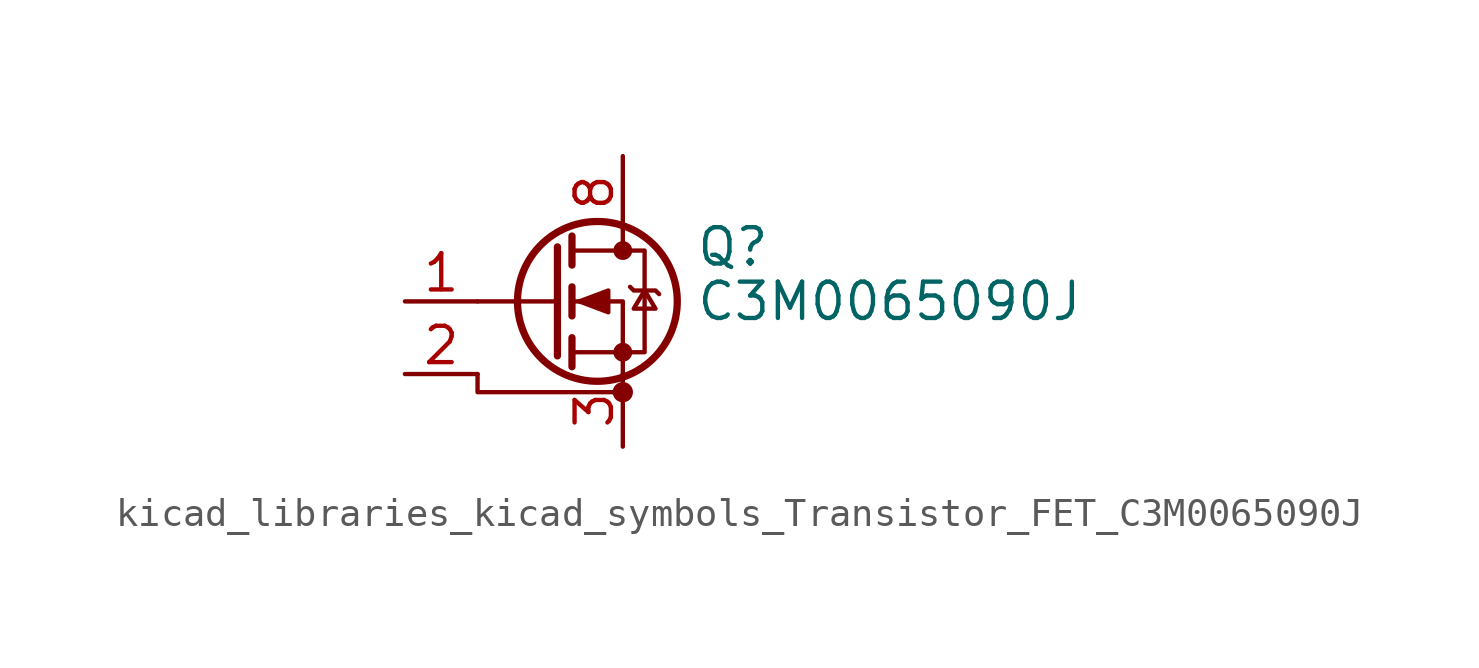
<source format=kicad_sym>
(kicad_symbol_lib
  (version 20220914)
  (generator kicad_symbol_editor)
  (symbol "kicad_libraries_kicad_symbols_Transistor_FET_C3M0065090J"
    (pin_names hide)
    (property "Reference" "Q"
      (at 5.08 1.905 0)
      (effects (font (size 1.27 1.27)) (justify left)))
    (property "Value" "C3M0065090J"
      (at 5.08 0 0)
      (effects (font (size 1.27 1.27)) (justify left)))
    (symbol "kicad_libraries_kicad_symbols_Transistor_FET_C3M0065090J_0_1"
      (polyline (pts (xy 0.254 0) (xy -2.54 0)) (stroke (width 0) (type default)) (fill (type none)))
      (polyline (pts (xy 0.254 1.905) (xy 0.254 -1.905)) (stroke (width 0.254) (type default)) (fill (type none)))
      (polyline (pts (xy 0.762 -1.27) (xy 0.762 -2.286)) (stroke (width 0.254) (type default)) (fill (type none)))
      (polyline (pts (xy 0.762 0.508) (xy 0.762 -0.508)) (stroke (width 0.254) (type default)) (fill (type none)))
      (polyline (pts (xy 0.762 2.286) (xy 0.762 1.27)) (stroke (width 0.254) (type default)) (fill (type none)))
      (polyline (pts (xy 2.54 2.54) (xy 2.54 1.778)) (stroke (width 0) (type default)) (fill (type none)))
      (polyline (pts (xy -2.54 -2.54) (xy -2.54 -3.175) (xy 2.54 -3.175)) (stroke (width 0) (type default)) (fill (type none)))
      (polyline (pts (xy 2.54 -2.54) (xy 2.54 0) (xy 0.762 0)) (stroke (width 0) (type default)) (fill (type none)))
      (polyline (pts (xy 0.762 -1.778) (xy 3.302 -1.778) (xy 3.302 1.778) (xy 0.762 1.778)) (stroke (width 0) (type default)) (fill (type none)))
      (polyline (pts (xy 1.016 0) (xy 2.032 0.381) (xy 2.032 -0.381) (xy 1.016 0)) (stroke (width 0) (type default)) (fill (type outline)))
      (polyline (pts (xy 2.794 0.508) (xy 2.921 0.381) (xy 3.683 0.381) (xy 3.81 0.254)) (stroke (width 0) (type default)) (fill (type none)))
      (polyline (pts (xy 3.302 0.381) (xy 2.921 -0.254) (xy 3.683 -0.254) (xy 3.302 0.381)) (stroke (width 0) (type default)) (fill (type none)))
      (circle (center 1.651 0) (radius 2.794) (stroke (width 0.254) (type default)) (fill (type none)))
      (circle (center 2.54 -3.175) (radius 0.279) (stroke (width 0) (type default)) (fill (type outline)))
      (circle (center 2.54 -1.778) (radius 0.254) (stroke (width 0) (type default)) (fill (type outline)))
      (circle (center 2.54 1.778) (radius 0.254) (stroke (width 0) (type default)) (fill (type outline))))
    (symbol "kicad_libraries_kicad_symbols_Transistor_FET_C3M0065090J_1_1"
      (pin input line (at -5.08 0 0) (length 2.54) (name "G" (effects (font (size 1.27 1.27)))) (number "1" (effects (font (size 1.27 1.27)))))
      (pin passive line (at -5.08 -2.54 0) (length 2.54) (name "DS" (effects (font (size 1.27 1.27)))) (number "2" (effects (font (size 1.27 1.27)))))
      (pin passive line (at 2.54 -5.08 90) (length 2.54) (name "S" (effects (font (size 1.27 1.27)))) (number "3" (effects (font (size 1.27 1.27)))))
      (pin passive line (at 2.54 -5.08 90) (length 2.54) hide (name "S" (effects (font (size 1.27 1.27)))) (number "4" (effects (font (size 1.27 1.27)))))
      (pin passive line (at 2.54 -5.08 90) (length 2.54) hide (name "S" (effects (font (size 1.27 1.27)))) (number "5" (effects (font (size 1.27 1.27)))))
      (pin passive line (at 2.54 -5.08 90) (length 2.54) hide (name "S" (effects (font (size 1.27 1.27)))) (number "6" (effects (font (size 1.27 1.27)))))
      (pin passive line (at 2.54 -5.08 90) (length 2.54) hide (name "S" (effects (font (size 1.27 1.27)))) (number "7" (effects (font (size 1.27 1.27)))))
      (pin passive line (at 2.54 5.08 270) (length 2.54) (name "D" (effects (font (size 1.27 1.27)))) (number "8" (effects (font (size 1.27 1.27))))))))
</source>
